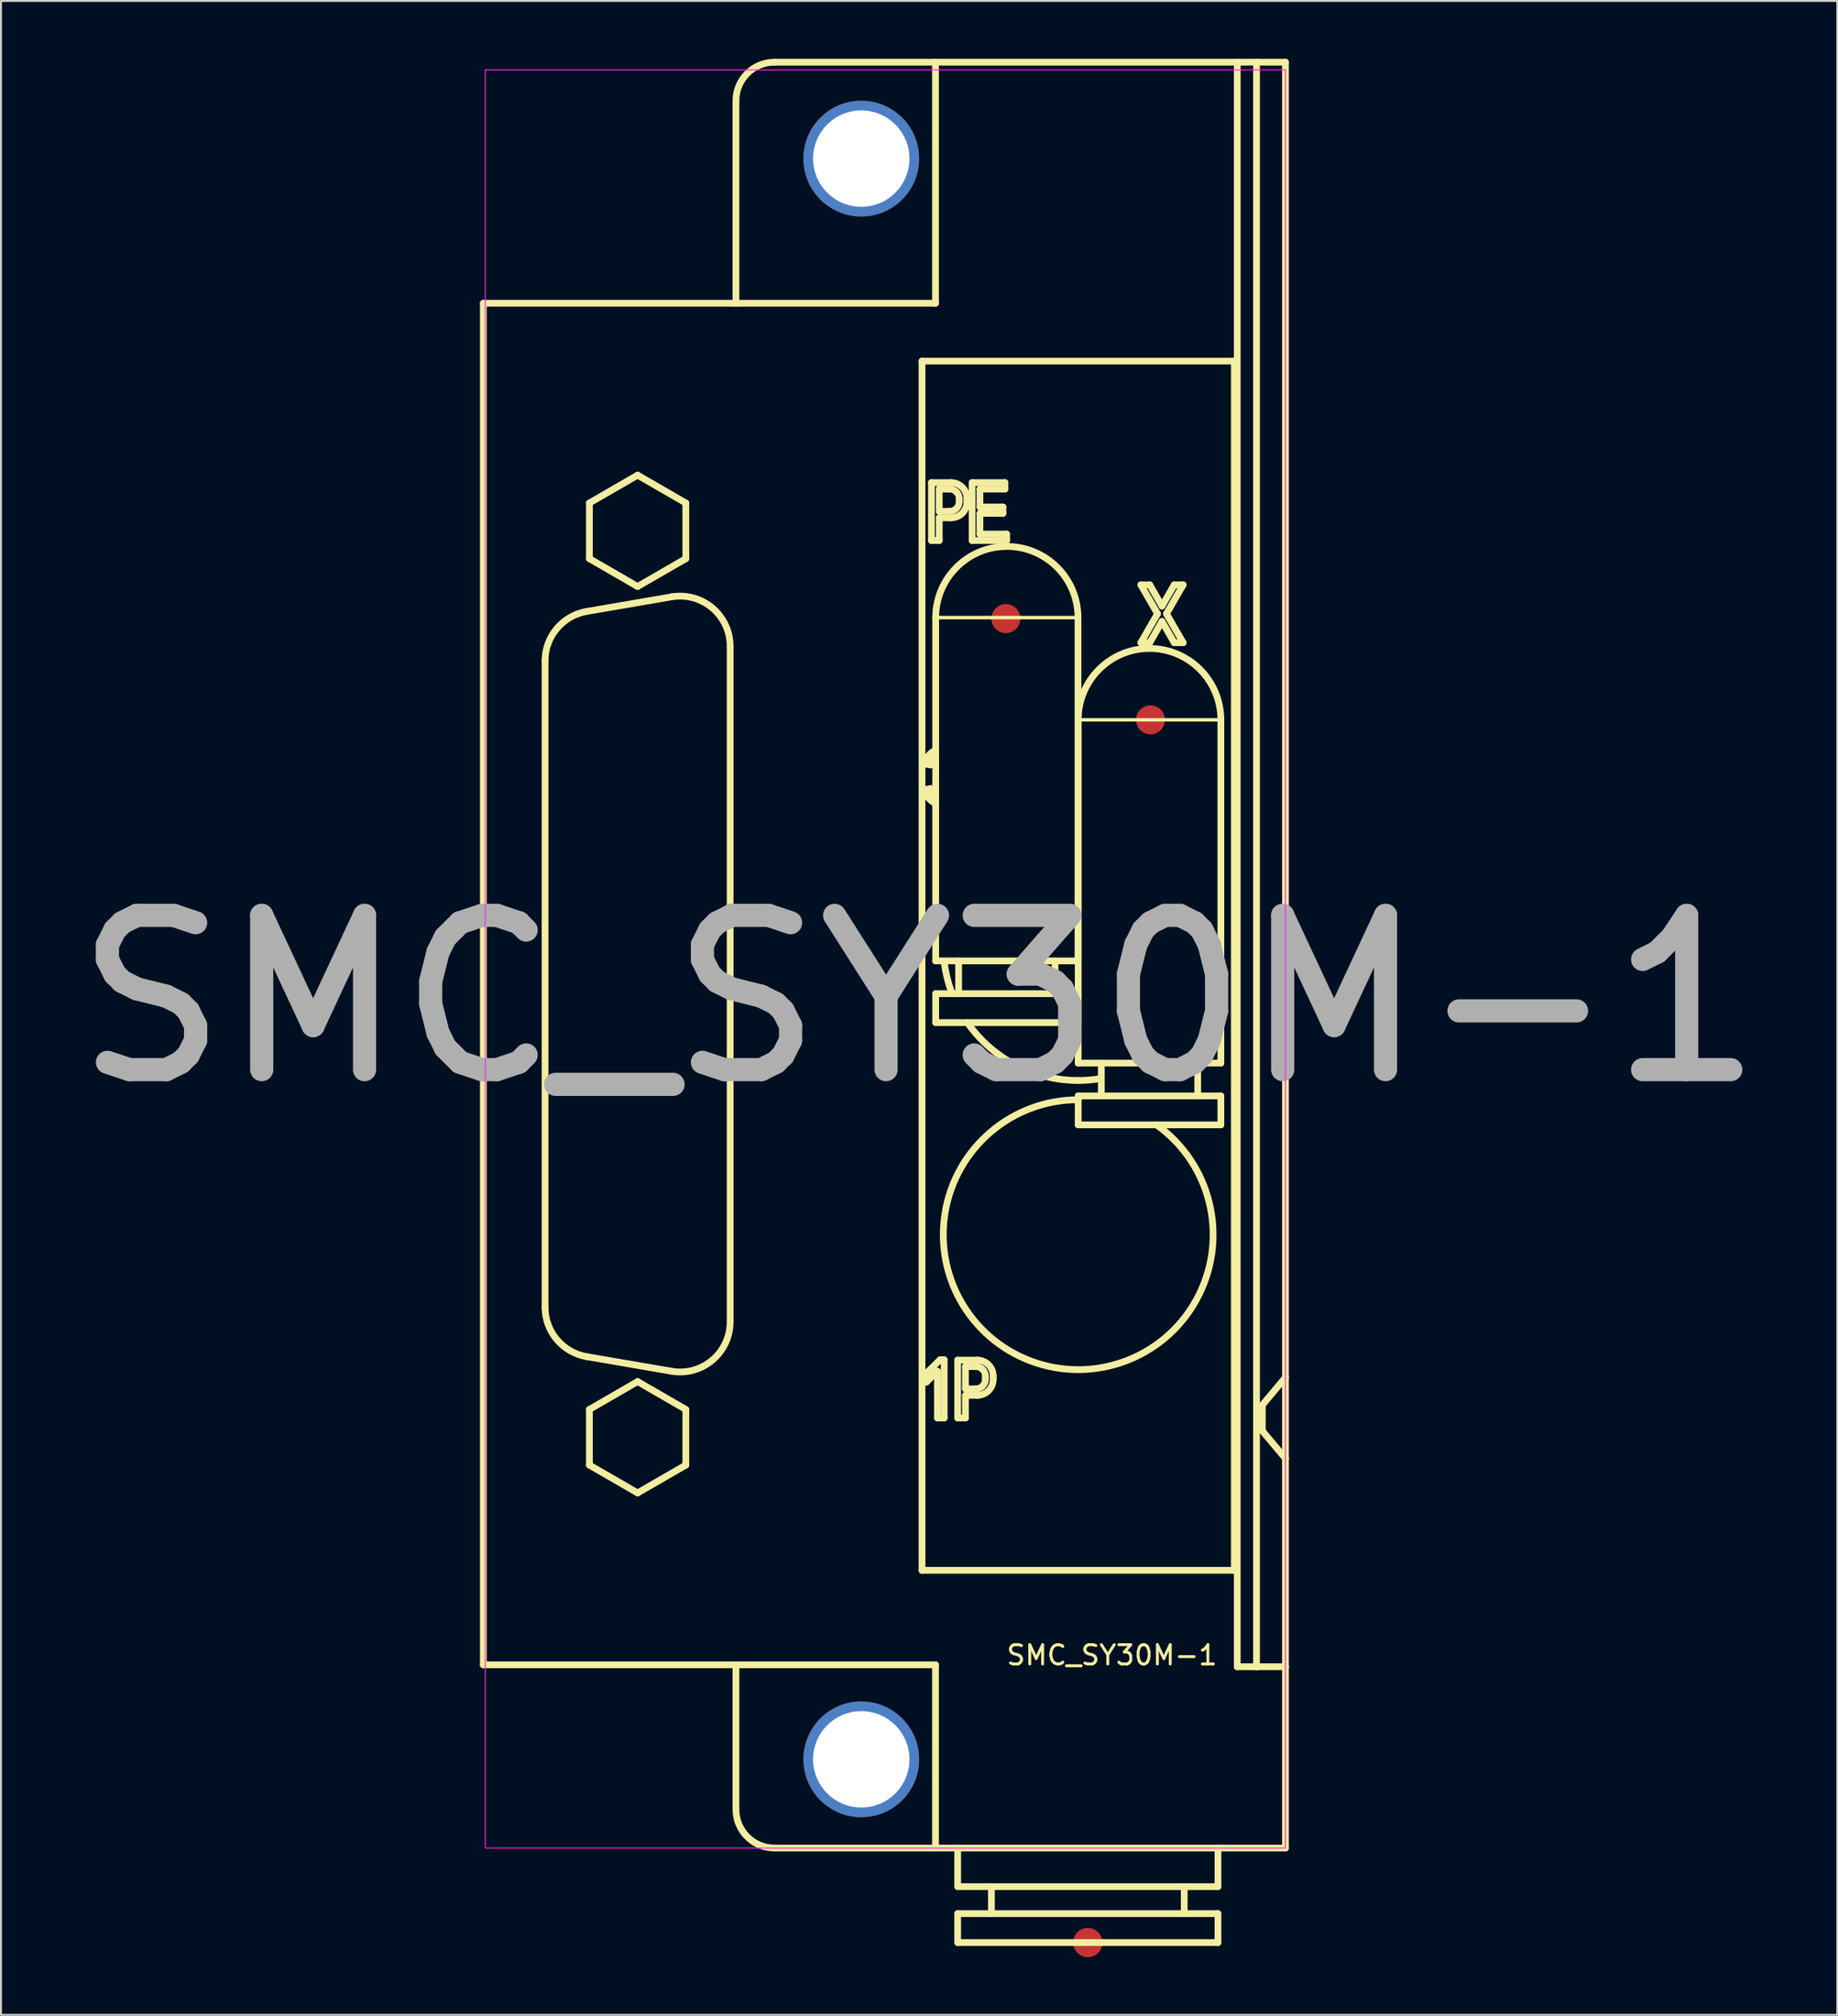
<source format=kicad_pcb>
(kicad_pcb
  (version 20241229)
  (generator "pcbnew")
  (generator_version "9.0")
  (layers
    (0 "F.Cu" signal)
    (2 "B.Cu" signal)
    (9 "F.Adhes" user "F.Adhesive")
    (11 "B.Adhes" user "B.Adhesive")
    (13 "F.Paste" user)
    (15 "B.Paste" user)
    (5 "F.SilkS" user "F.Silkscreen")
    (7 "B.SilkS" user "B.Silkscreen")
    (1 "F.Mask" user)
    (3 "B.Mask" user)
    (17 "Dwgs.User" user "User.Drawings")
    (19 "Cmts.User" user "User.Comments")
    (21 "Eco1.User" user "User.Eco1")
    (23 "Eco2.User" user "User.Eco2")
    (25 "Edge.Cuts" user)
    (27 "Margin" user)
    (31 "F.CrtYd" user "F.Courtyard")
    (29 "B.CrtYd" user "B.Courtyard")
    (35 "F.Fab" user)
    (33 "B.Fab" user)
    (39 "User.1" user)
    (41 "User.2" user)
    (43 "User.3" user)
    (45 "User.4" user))
  (footprint "SMC_SY30M-1"
    (layer "F.Cu")
    (at 63.619 92.775)
    (property "Reference" "SMC_SY30M-1" (at -9 -10 0) (unlocked yes) (layer "F.SilkS") (effects (font (size 1 1) (thickness 0.15))))
    (fp_line (start -41.6 -80.1) (end -18.15 -80.1) (stroke (width 0.35) (type solid)) (layer "F.SilkS"))
    (fp_line (start -41.6 -9.5) (end -41.6 -80.1) (stroke (width 0.35) (type solid)) (layer "F.SilkS"))
    (fp_line (start -38.4 -61.559) (end -38.4 -28.041) (stroke (width 0.35) (type solid)) (layer "F.SilkS"))
    (fp_line (start -36.24 -25.479) (end -31.84 -24.723) (stroke (width 0.35) (type solid)) (layer "F.SilkS"))
    (fp_line (start -36.1 -69.743) (end -36.1 -66.857) (stroke (width 0.35) (type solid)) (layer "F.SilkS"))
    (fp_line (start -36.1 -66.857) (end -33.6 -65.413) (stroke (width 0.35) (type solid)) (layer "F.SilkS"))
    (fp_line (start -36.1 -22.743) (end -36.1 -19.857) (stroke (width 0.35) (type solid)) (layer "F.SilkS"))
    (fp_line (start -36.1 -19.857) (end -33.6 -18.413) (stroke (width 0.35) (type solid)) (layer "F.SilkS"))
    (fp_line (start -33.6 -71.187) (end -36.1 -69.743) (stroke (width 0.35) (type solid)) (layer "F.SilkS"))
    (fp_line (start -33.6 -65.413) (end -31.1 -66.857) (stroke (width 0.35) (type solid)) (layer "F.SilkS"))
    (fp_line (start -33.6 -24.187) (end -36.1 -22.743) (stroke (width 0.35) (type solid)) (layer "F.SilkS"))
    (fp_line (start -33.6 -18.413) (end -31.1 -19.857) (stroke (width 0.35) (type solid)) (layer "F.SilkS"))
    (fp_line (start -31.84 -64.877) (end -36.24 -64.121) (stroke (width 0.35) (type solid)) (layer "F.SilkS"))
    (fp_line (start -31.1 -69.743) (end -33.6 -71.187) (stroke (width 0.35) (type solid)) (layer "F.SilkS"))
    (fp_line (start -31.1 -66.857) (end -31.1 -69.743) (stroke (width 0.35) (type solid)) (layer "F.SilkS"))
    (fp_line (start -31.1 -22.743) (end -33.6 -24.187) (stroke (width 0.35) (type solid)) (layer "F.SilkS"))
    (fp_line (start -31.1 -19.857) (end -31.1 -22.743) (stroke (width 0.35) (type solid)) (layer "F.SilkS"))
    (fp_line (start -28.8 -27.285) (end -28.8 -62.315) (stroke (width 0.35) (type solid)) (layer "F.SilkS"))
    (fp_line (start -28.5 -90.6) (end -28.5 -80.1) (stroke (width 0.35) (type solid)) (layer "F.SilkS"))
    (fp_line (start -28.5 -9.5) (end -28.5 -2) (stroke (width 0.35) (type solid)) (layer "F.SilkS"))
    (fp_line (start -26.5 0) (end -18.15 0) (stroke (width 0.35) (type solid)) (layer "F.SilkS"))
    (fp_line (start -18.85 -77.1) (end -18.85 -14.4) (stroke (width 0.35) (type solid)) (layer "F.SilkS"))
    (fp_line (start -18.85 -14.4) (end -2.65 -14.4) (stroke (width 0.35) (type solid)) (layer "F.SilkS"))
    (fp_line (start -18.718 -56.214) (end -18.402 -56.161) (stroke (width 0.35) (type solid)) (layer "F.SilkS"))
    (fp_line (start -18.718 -54.88) (end -18.655 -54.707) (stroke (width 0.35) (type solid)) (layer "F.SilkS"))
    (fp_line (start -18.655 -56.387) (end -18.718 -56.214) (stroke (width 0.35) (type solid)) (layer "F.SilkS"))
    (fp_line (start -18.63 -24.616) (end -18.63 -24.156) (stroke (width 0.35) (type solid)) (layer "F.SilkS"))
    (fp_line (start -18.63 -24.156) (end -18.051 -24.721) (stroke (width 0.35) (type solid)) (layer "F.SilkS"))
    (fp_line (start -18.402 -56.161) (end -18.354 -56.296) (stroke (width 0.35) (type solid)) (layer "F.SilkS"))
    (fp_line (start -18.402 -54.933) (end -18.718 -54.88) (stroke (width 0.35) (type solid)) (layer "F.SilkS"))
    (fp_line (start -18.36 -70.8) (end -18.36 -67.8) (stroke (width 0.35) (type solid)) (layer "F.SilkS"))
    (fp_line (start -18.36 -67.8) (end -17.956 -67.8) (stroke (width 0.35) (type solid)) (layer "F.SilkS"))
    (fp_line (start -18.354 -54.798) (end -18.402 -54.933) (stroke (width 0.35) (type solid)) (layer "F.SilkS"))
    (fp_line (start -18.15 -92.6) (end -26.5 -92.6) (stroke (width 0.35) (type solid)) (layer "F.SilkS"))
    (fp_line (start -18.15 -80.1) (end -18.15 -92.6) (stroke (width 0.35) (type solid)) (layer "F.SilkS"))
    (fp_line (start -18.15 -9.5) (end -41.6 -9.5) (stroke (width 0.35) (type solid)) (layer "F.SilkS"))
    (fp_line (start -18.15 0) (end -18.15 -9.5) (stroke (width 0.35) (type solid)) (layer "F.SilkS"))
    (fp_line (start -18.15 0) (end 0 0) (stroke (width 0.35) (type solid)) (layer "F.SilkS"))
    (fp_line (start -18.14 -63.8) (end -18.14 -46) (stroke (width 0.35) (type solid)) (layer "F.SilkS"))
    (fp_line (start -18.14 -63.8) (end -10.76 -63.8) (stroke (width 0.18) (type solid)) (layer "F.SilkS"))
    (fp_line (start -18.14 -46) (end -10.76 -46) (stroke (width 0.35) (type solid)) (layer "F.SilkS"))
    (fp_line (start -18.14 -44.3) (end -18.14 -42.8) (stroke (width 0.35) (type solid)) (layer "F.SilkS"))
    (fp_line (start -18.14 -44.3) (end -10.76 -44.3) (stroke (width 0.35) (type solid)) (layer "F.SilkS"))
    (fp_line (start -18.14 -42.8) (end -10.76 -42.8) (stroke (width 0.35) (type solid)) (layer "F.SilkS"))
    (fp_line (start -18.051 -24.721) (end -18.051 -22.3) (stroke (width 0.35) (type solid)) (layer "F.SilkS"))
    (fp_line (start -18.051 -22.3) (end -17.7 -22.3) (stroke (width 0.35) (type solid)) (layer "F.SilkS"))
    (fp_line (start -17.956 -70.467) (end -17.956 -69.309) (stroke (width 0.35) (type solid)) (layer "F.SilkS"))
    (fp_line (start -17.956 -69.309) (end -17.421 -69.309) (stroke (width 0.35) (type solid)) (layer "F.SilkS"))
    (fp_line (start -17.956 -68.975) (end -17.343 -68.975) (stroke (width 0.35) (type solid)) (layer "F.SilkS"))
    (fp_line (start -17.956 -67.8) (end -17.956 -68.975) (stroke (width 0.35) (type solid)) (layer "F.SilkS"))
    (fp_line (start -17.911 -25.318) (end -18.63 -24.616) (stroke (width 0.35) (type solid)) (layer "F.SilkS"))
    (fp_line (start -17.7 -25.318) (end -17.911 -25.318) (stroke (width 0.35) (type solid)) (layer "F.SilkS"))
    (fp_line (start -17.7 -22.3) (end -17.7 -25.318) (stroke (width 0.35) (type solid)) (layer "F.SilkS"))
    (fp_line (start -17.421 -70.467) (end -17.956 -70.467) (stroke (width 0.35) (type solid)) (layer "F.SilkS"))
    (fp_line (start -17.343 -70.8) (end -18.36 -70.8) (stroke (width 0.35) (type solid)) (layer "F.SilkS"))
    (fp_line (start -17 -25.3) (end -17 -22.3) (stroke (width 0.35) (type solid)) (layer "F.SilkS"))
    (fp_line (start -17 -22.3) (end -16.596 -22.3) (stroke (width 0.35) (type solid)) (layer "F.SilkS"))
    (fp_line (start -17 2) (end -17 0) (stroke (width 0.35) (type solid)) (layer "F.SilkS"))
    (fp_line (start -17 4.9) (end -17 3.4) (stroke (width 0.35) (type solid)) (layer "F.SilkS"))
    (fp_line (start -16.95 -46) (end -16.95 -44.3) (stroke (width 0.35) (type solid)) (layer "F.SilkS"))
    (fp_line (start -16.921 -69.809) (end -16.921 -69.967) (stroke (width 0.35) (type solid)) (layer "F.SilkS"))
    (fp_line (start -16.596 -24.967) (end -16.596 -23.809) (stroke (width 0.35) (type solid)) (layer "F.SilkS"))
    (fp_line (start -16.596 -23.809) (end -16.061 -23.809) (stroke (width 0.35) (type solid)) (layer "F.SilkS"))
    (fp_line (start -16.596 -23.475) (end -15.983 -23.475) (stroke (width 0.35) (type solid)) (layer "F.SilkS"))
    (fp_line (start -16.596 -22.3) (end -16.596 -23.475) (stroke (width 0.35) (type solid)) (layer "F.SilkS"))
    (fp_line (start -16.518 -69.8) (end -16.518 -69.975) (stroke (width 0.35) (type solid)) (layer "F.SilkS"))
    (fp_line (start -16.25 -70.8) (end -16.25 -67.8) (stroke (width 0.35) (type solid)) (layer "F.SilkS"))
    (fp_line (start -16.25 -67.8) (end -14.461 -67.8) (stroke (width 0.35) (type solid)) (layer "F.SilkS"))
    (fp_line (start -16.061 -24.967) (end -16.596 -24.967) (stroke (width 0.35) (type solid)) (layer "F.SilkS"))
    (fp_line (start -15.983 -25.3) (end -17 -25.3) (stroke (width 0.35) (type solid)) (layer "F.SilkS"))
    (fp_line (start -15.846 -70.467) (end -14.548 -70.467) (stroke (width 0.35) (type solid)) (layer "F.SilkS"))
    (fp_line (start -15.846 -69.537) (end -15.846 -70.467) (stroke (width 0.35) (type solid)) (layer "F.SilkS"))
    (fp_line (start -15.846 -69.204) (end -14.654 -69.204) (stroke (width 0.35) (type solid)) (layer "F.SilkS"))
    (fp_line (start -15.846 -68.133) (end -15.846 -69.204) (stroke (width 0.35) (type solid)) (layer "F.SilkS"))
    (fp_line (start -15.561 -24.309) (end -15.561 -24.467) (stroke (width 0.35) (type solid)) (layer "F.SilkS"))
    (fp_line (start -15.25 3.4) (end -15.25 2) (stroke (width 0.35) (type solid)) (layer "F.SilkS"))
    (fp_line (start -15.158 -24.3) (end -15.158 -24.475) (stroke (width 0.35) (type solid)) (layer "F.SilkS"))
    (fp_line (start -14.654 -69.537) (end -15.846 -69.537) (stroke (width 0.35) (type solid)) (layer "F.SilkS"))
    (fp_line (start -14.654 -69.204) (end -14.654 -69.537) (stroke (width 0.35) (type solid)) (layer "F.SilkS"))
    (fp_line (start -14.548 -70.8) (end -16.25 -70.8) (stroke (width 0.35) (type solid)) (layer "F.SilkS"))
    (fp_line (start -14.548 -70.467) (end -14.548 -70.8) (stroke (width 0.35) (type solid)) (layer "F.SilkS"))
    (fp_line (start -14.461 -68.133) (end -15.846 -68.133) (stroke (width 0.35) (type solid)) (layer "F.SilkS"))
    (fp_line (start -14.461 -67.8) (end -14.461 -68.133) (stroke (width 0.35) (type solid)) (layer "F.SilkS"))
    (fp_line (start -11.95 -46) (end -11.95 -44.3) (stroke (width 0.35) (type solid)) (layer "F.SilkS"))
    (fp_line (start -10.76 -63.8) (end -10.76 -46) (stroke (width 0.35) (type solid)) (layer "F.SilkS"))
    (fp_line (start -10.76 -44.3) (end -10.76 -42.8) (stroke (width 0.35) (type solid)) (layer "F.SilkS"))
    (fp_line (start -10.75 -40.7) (end -10.75 -58.5) (stroke (width 0.35) (type solid)) (layer "F.SilkS"))
    (fp_line (start -10.75 -37.5) (end -10.75 -39) (stroke (width 0.35) (type solid)) (layer "F.SilkS"))
    (fp_line (start -9.55 -39) (end -9.55 -40.7) (stroke (width 0.35) (type solid)) (layer "F.SilkS"))
    (fp_line (start -7.5 -65.5) (end -6.634 -64) (stroke (width 0.35) (type solid)) (layer "F.SilkS"))
    (fp_line (start -7.5 -62.5) (end -7.038 -62.5) (stroke (width 0.35) (type solid)) (layer "F.SilkS"))
    (fp_line (start -7.038 -65.5) (end -7.5 -65.5) (stroke (width 0.35) (type solid)) (layer "F.SilkS"))
    (fp_line (start -7.038 -62.5) (end -6.403 -63.6) (stroke (width 0.35) (type solid)) (layer "F.SilkS"))
    (fp_line (start -6.634 -64) (end -7.5 -62.5) (stroke (width 0.35) (type solid)) (layer "F.SilkS"))
    (fp_line (start -6.403 -64.4) (end -7.038 -65.5) (stroke (width 0.35) (type solid)) (layer "F.SilkS"))
    (fp_line (start -6.403 -63.6) (end -5.768 -62.5) (stroke (width 0.35) (type solid)) (layer "F.SilkS"))
    (fp_line (start -6.172 -64) (end -5.306 -65.5) (stroke (width 0.35) (type solid)) (layer "F.SilkS"))
    (fp_line (start -5.768 -65.5) (end -6.403 -64.4) (stroke (width 0.35) (type solid)) (layer "F.SilkS"))
    (fp_line (start -5.768 -62.5) (end -5.306 -62.5) (stroke (width 0.35) (type solid)) (layer "F.SilkS"))
    (fp_line (start -5.306 -65.5) (end -5.768 -65.5) (stroke (width 0.35) (type solid)) (layer "F.SilkS"))
    (fp_line (start -5.306 -62.5) (end -6.172 -64) (stroke (width 0.35) (type solid)) (layer "F.SilkS"))
    (fp_line (start -5.25 3.4) (end -5.25 2) (stroke (width 0.35) (type solid)) (layer "F.SilkS"))
    (fp_line (start -4.55 -39) (end -4.55 -40.7) (stroke (width 0.35) (type solid)) (layer "F.SilkS"))
    (fp_line (start -3.5 2) (end -17 2) (stroke (width 0.35) (type solid)) (layer "F.SilkS"))
    (fp_line (start -3.5 2) (end -3.5 0) (stroke (width 0.35) (type solid)) (layer "F.SilkS"))
    (fp_line (start -3.5 3.4) (end -17 3.4) (stroke (width 0.35) (type solid)) (layer "F.SilkS"))
    (fp_line (start -3.5 4.9) (end -17 4.9) (stroke (width 0.35) (type solid)) (layer "F.SilkS"))
    (fp_line (start -3.5 4.9) (end -3.5 3.4) (stroke (width 0.35) (type solid)) (layer "F.SilkS"))
    (fp_line (start -3.35 -58.5) (end -10.75 -58.5) (stroke (width 0.18) (type solid)) (layer "F.SilkS"))
    (fp_line (start -3.35 -40.7) (end -10.75 -40.7) (stroke (width 0.35) (type solid)) (layer "F.SilkS"))
    (fp_line (start -3.35 -40.7) (end -3.35 -58.5) (stroke (width 0.35) (type solid)) (layer "F.SilkS"))
    (fp_line (start -3.35 -39) (end -10.75 -39) (stroke (width 0.35) (type solid)) (layer "F.SilkS"))
    (fp_line (start -3.35 -37.5) (end -10.75 -37.5) (stroke (width 0.35) (type solid)) (layer "F.SilkS"))
    (fp_line (start -3.35 -37.5) (end -3.35 -39) (stroke (width 0.35) (type solid)) (layer "F.SilkS"))
    (fp_line (start -2.65 -77.1) (end -18.85 -77.1) (stroke (width 0.35) (type solid)) (layer "F.SilkS"))
    (fp_line (start -2.65 -14.4) (end -2.65 -77.1) (stroke (width 0.35) (type solid)) (layer "F.SilkS"))
    (fp_line (start -2.5 -92.6) (end -18.15 -92.6) (stroke (width 0.35) (type solid)) (layer "F.SilkS"))
    (fp_line (start -2.5 -92.6) (end -2.5 -9.4) (stroke (width 0.35) (type solid)) (layer "F.SilkS"))
    (fp_line (start -1.5 -92.6) (end -2.5 -92.6) (stroke (width 0.35) (type solid)) (layer "F.SilkS"))
    (fp_line (start -1.5 -92.6) (end -1.5 -9.4) (stroke (width 0.35) (type solid)) (layer "F.SilkS"))
    (fp_line (start -1.5 -9.4) (end -2.5 -9.4) (stroke (width 0.35) (type solid)) (layer "F.SilkS"))
    (fp_line (start -1.2 -22.97) (end 0 -24.4) (stroke (width 0.35) (type solid)) (layer "F.SilkS"))
    (fp_line (start -1.2 -21.63) (end -1.2 -22.97) (stroke (width 0.35) (type solid)) (layer "F.SilkS"))
    (fp_line (start 0 -92.6) (end -1.5 -92.6) (stroke (width 0.35) (type solid)) (layer "F.SilkS"))
    (fp_line (start 0 -92.6) (end 0 -24.4) (stroke (width 0.35) (type solid)) (layer "F.SilkS"))
    (fp_line (start 0 -20.2) (end -1.2 -21.63) (stroke (width 0.35) (type solid)) (layer "F.SilkS"))
    (fp_line (start 0 -20.2) (end 0 -24.4) (stroke (width 0.35) (type solid)) (layer "F.SilkS"))
    (fp_line (start 0 -20.2) (end 0 -9.4) (stroke (width 0.35) (type solid)) (layer "F.SilkS"))
    (fp_line (start 0 -9.4) (end -1.5 -9.4) (stroke (width 0.35) (type solid)) (layer "F.SilkS"))
    (fp_line (start 0 -9.4) (end 0 0) (stroke (width 0.35) (type solid)) (layer "F.SilkS"))
    (fp_arc (start -38.4 -61.558752) (mid -37.788121 -63.234337) (end -36.240417 -64.121179) (stroke (width 0.35) (type solid)) (layer "F.SilkS"))
    (fp_arc (start -36.240417 -25.478822) (mid -37.78809 -26.365712) (end -38.4 -28.041249) (stroke (width 0.35) (type solid)) (layer "F.SilkS"))
    (fp_arc (start -31.840417 -64.877429) (mid -29.724488 -64.30308) (end -28.8 -62.315002) (stroke (width 0.35) (type solid)) (layer "F.SilkS"))
    (fp_arc (start -28.8 -27.284999) (mid -29.724452 -25.296897) (end -31.840417 -24.722572) (stroke (width 0.35) (type solid)) (layer "F.SilkS"))
    (fp_arc (start -28.5 -90.6) (mid -27.914209 -92.014193) (end -26.5 -92.6) (stroke (width 0.35) (type solid)) (layer "F.SilkS"))
    (fp_arc (start -26.5 0) (mid -27.914244 -0.585769) (end -28.5 -2) (stroke (width 0.35) (type solid)) (layer "F.SilkS"))
    (fp_arc (start -18.655 -56.387) (mid -18.454339 -56.710321) (end -18.14 -56.924774) (stroke (width 0.35) (type solid)) (layer "F.SilkS"))
    (fp_arc (start -18.354 -56.296001) (mid -18.26838 -56.453356) (end -18.14 -56.578299) (stroke (width 0.35) (type solid)) (layer "F.SilkS"))
    (fp_arc (start -18.14 -63.8) (mid -14.45 -67.489996) (end -10.76 -63.8) (stroke (width 0.35) (type solid)) (layer "F.SilkS"))
    (fp_arc (start -18.14 -54.515702) (mid -18.268386 -54.640639) (end -18.354 -54.798) (stroke (width 0.35) (type solid)) (layer "F.SilkS"))
    (fp_arc (start -18.14 -54.169226) (mid -18.454327 -54.38369) (end -18.655 -54.707) (stroke (width 0.35) (type solid)) (layer "F.SilkS"))
    (fp_arc (start -17.421 -70.467) (mid -17.067478 -70.320536) (end -16.921 -69.967) (stroke (width 0.35) (type solid)) (layer "F.SilkS"))
    (fp_arc (start -17.343 -70.8) (mid -16.759668 -70.558346) (end -16.518 -69.975) (stroke (width 0.35) (type solid)) (layer "F.SilkS"))
    (fp_arc (start -17.288348 -44.299992) (mid -17.549719 -45.136912) (end -17.704135 -45.999992) (stroke (width 0.35) (type solid)) (layer "F.SilkS"))
    (fp_arc (start -16.921 -69.809) (mid -17.067442 -69.455426) (end -17.421 -69.309) (stroke (width 0.35) (type solid)) (layer "F.SilkS"))
    (fp_arc (start -16.518 -69.8) (mid -16.759632 -69.216617) (end -17.343 -68.975) (stroke (width 0.35) (type solid)) (layer "F.SilkS"))
    (fp_arc (start -16.061 -24.967) (mid -15.707478 -24.820536) (end -15.561 -24.467) (stroke (width 0.35) (type solid)) (layer "F.SilkS"))
    (fp_arc (start -15.983 -25.3) (mid -15.399668 -25.058346) (end -15.158 -24.475) (stroke (width 0.35) (type solid)) (layer "F.SilkS"))
    (fp_arc (start -15.561 -24.309) (mid -15.707442 -23.955426) (end -16.061 -23.809) (stroke (width 0.35) (type solid)) (layer "F.SilkS"))
    (fp_arc (start -15.158 -24.3) (mid -15.399632 -23.716617) (end -15.983 -23.475) (stroke (width 0.35) (type solid)) (layer "F.SilkS"))
    (fp_arc (start -10.75 -58.5) (mid -7.05 -62.199996) (end -3.35 -58.5) (stroke (width 0.35) (type solid)) (layer "F.SilkS"))
    (fp_arc (start -10.75 -39.8) (mid -10.755 -39.800002) (end -10.76 -39.800007) (stroke (width 0.35) (type solid)) (layer "F.SilkS"))
    (fp_arc (start -9.55 -39.903616) (mid -13.44439 -40.339726) (end -16.494563 -42.799992) (stroke (width 0.35) (type solid)) (layer "F.SilkS"))
    (fp_arc (start -6.68675 -37.499992) (mid -12.88107 -25.139166) (end -10.75 -38.799992) (stroke (width 0.35) (type solid)) (layer "F.SilkS"))
    (fp_circle (center -22 -87.6) (end -22 -89.9) (stroke (width 0.35) (type solid)) (fill no) (layer "F.SilkS"))
    (fp_circle (center -22 -4.6) (end -22 -6.9) (stroke (width 0.35) (type solid)) (fill no) (layer "F.SilkS"))
    (fp_rect (start 0 0) (end -41.5 -92.2) (stroke (width 0.05) (type solid)) (fill no) (layer "F.CrtYd"))
    (fp_text user "${REFERENCE}" (at -19 -44 0) (unlocked yes) (layer "F.Fab") (effects (font (size 8 8) (thickness 1.2))))
    (pad "" np_thru_hole circle (at -22 -87.6) (size 6 6) (drill 5) (layers "*.Cu" "*.Mask"))
    (pad "" np_thru_hole circle (at -22 -4.6) (size 6 6) (drill 5) (layers "*.Cu" "*.Mask"))
    (pad "1" smd circle (at -14.5 -63.75) (size 1.5 1.5) (layers "F.Cu" "F.Mask" "F.Paste"))
    (pad "2" smd circle (at -7 -58.5) (size 1.5 1.5) (layers "F.Cu" "F.Mask" "F.Paste"))
    (pad "3" smd circle (at -10.25 4.9) (size 1.5 1.5) (layers "F.Cu" "F.Mask" "F.Paste"))
    (pad "4" smd circle (at -10.25 4.9) (size 1.5 1.5) (layers "F.Cu" "F.Mask" "F.Paste")))
  (gr_rect
    (start -3 -3)
    (end 92.238 101.425)
    (stroke (width 0.1) (type default))
    (fill no)
    (layer "Edge.Cuts")))
</source>
